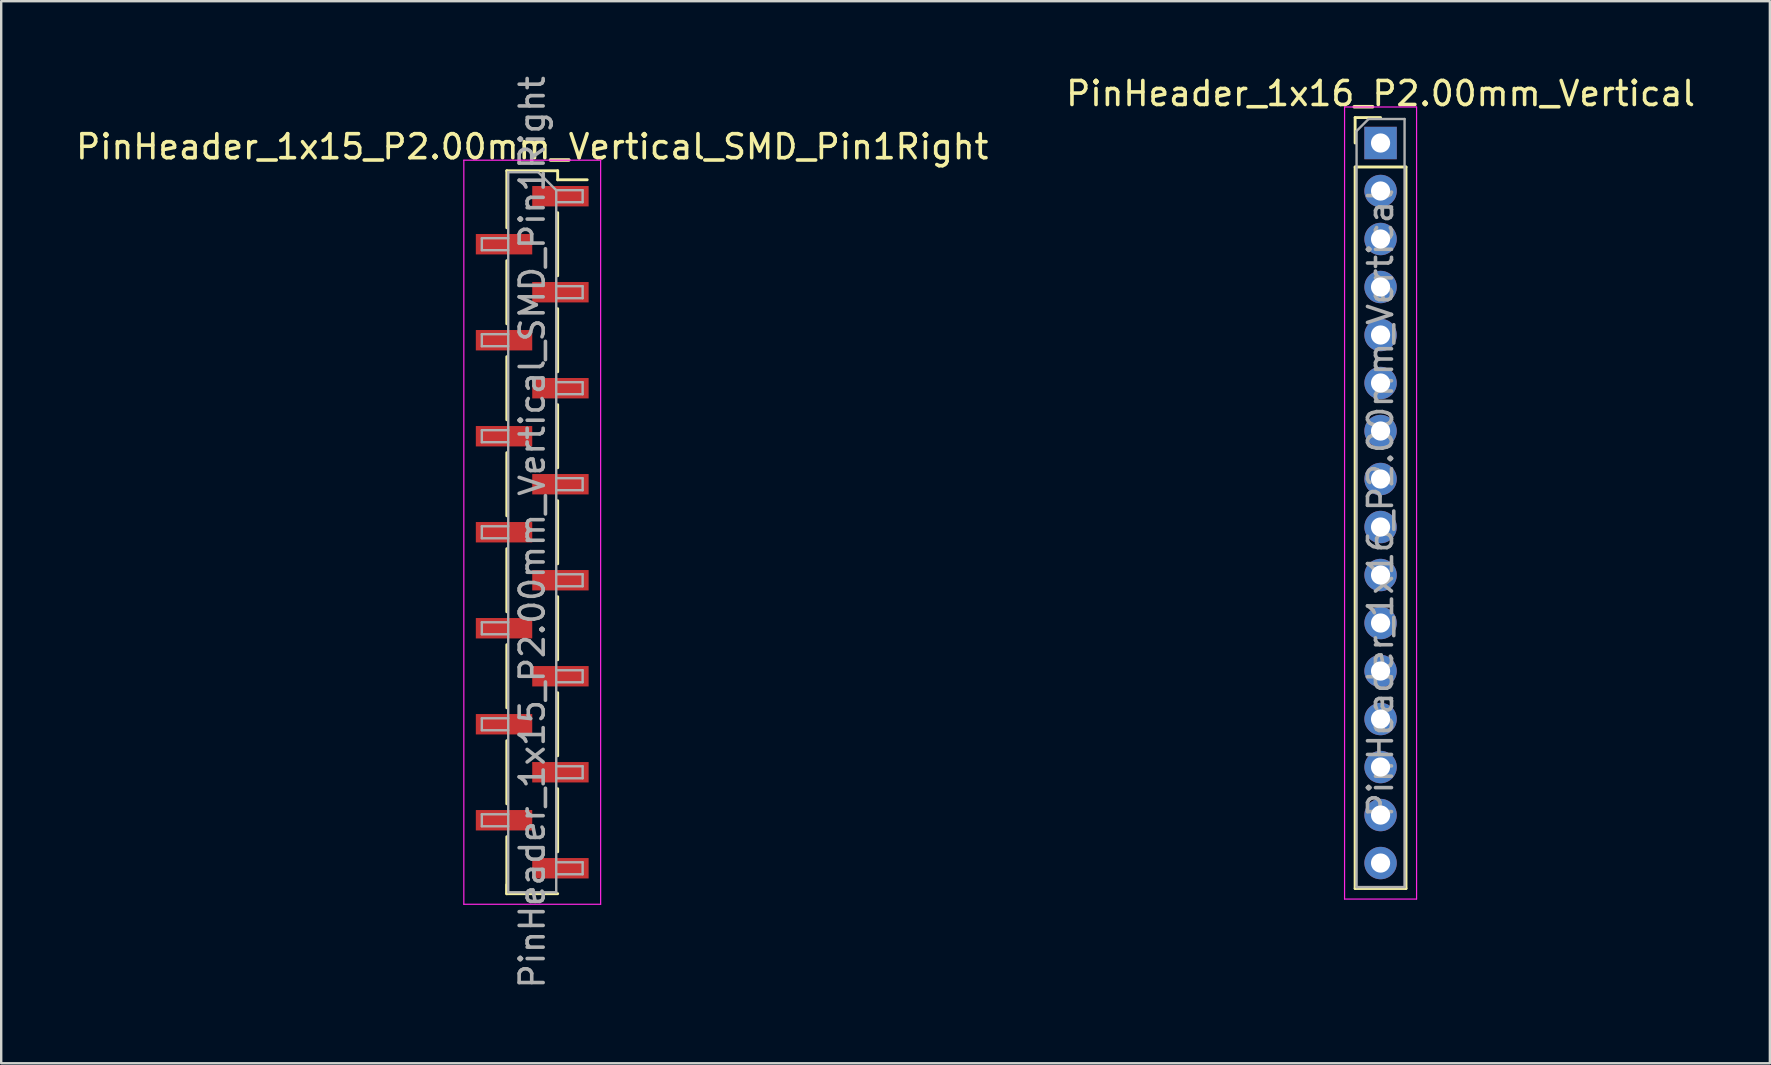
<source format=kicad_pcb>
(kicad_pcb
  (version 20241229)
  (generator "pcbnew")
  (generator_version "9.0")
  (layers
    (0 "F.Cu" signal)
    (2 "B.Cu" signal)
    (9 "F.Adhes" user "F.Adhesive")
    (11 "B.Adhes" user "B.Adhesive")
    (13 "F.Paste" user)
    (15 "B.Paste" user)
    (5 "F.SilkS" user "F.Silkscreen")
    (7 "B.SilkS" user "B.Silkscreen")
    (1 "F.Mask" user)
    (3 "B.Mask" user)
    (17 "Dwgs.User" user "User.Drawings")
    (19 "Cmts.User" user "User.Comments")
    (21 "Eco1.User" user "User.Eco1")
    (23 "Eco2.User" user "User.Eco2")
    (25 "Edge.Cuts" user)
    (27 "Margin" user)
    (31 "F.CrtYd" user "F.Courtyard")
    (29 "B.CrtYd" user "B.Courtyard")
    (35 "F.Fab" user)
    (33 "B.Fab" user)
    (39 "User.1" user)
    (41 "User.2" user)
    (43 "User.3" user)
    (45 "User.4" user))
  (footprint "PinHeader_1x16_P2.00mm_Vertical"
    (layer "F.Cu")
    (at 54.47 2.908)
    (property "Reference" "PinHeader_1x16_P2.00mm_Vertical" (at 0 -2.06 0) (layer "F.SilkS") (effects (font (size 1 1) (thickness 0.15))))
    (attr through_hole)
    (fp_line (start -1.06 -1.06) (end 0 -1.06) (stroke (width 0.12) (type solid)) (layer "F.SilkS"))
    (fp_line (start -1.06 0) (end -1.06 -1.06) (stroke (width 0.12) (type solid)) (layer "F.SilkS"))
    (fp_line (start -1.06 1) (end -1.06 31.06) (stroke (width 0.12) (type solid)) (layer "F.SilkS"))
    (fp_line (start -1.06 1) (end 1.06 1) (stroke (width 0.12) (type solid)) (layer "F.SilkS"))
    (fp_line (start -1.06 31.06) (end 1.06 31.06) (stroke (width 0.12) (type solid)) (layer "F.SilkS"))
    (fp_line (start 1.06 1) (end 1.06 31.06) (stroke (width 0.12) (type solid)) (layer "F.SilkS"))
    (fp_line (start -1.5 -1.5) (end -1.5 31.5) (stroke (width 0.05) (type solid)) (layer "F.CrtYd"))
    (fp_line (start -1.5 31.5) (end 1.5 31.5) (stroke (width 0.05) (type solid)) (layer "F.CrtYd"))
    (fp_line (start 1.5 -1.5) (end -1.5 -1.5) (stroke (width 0.05) (type solid)) (layer "F.CrtYd"))
    (fp_line (start 1.5 31.5) (end 1.5 -1.5) (stroke (width 0.05) (type solid)) (layer "F.CrtYd"))
    (fp_line (start -1 -0.5) (end -0.5 -1) (stroke (width 0.1) (type solid)) (layer "F.Fab"))
    (fp_line (start -1 31) (end -1 -0.5) (stroke (width 0.1) (type solid)) (layer "F.Fab"))
    (fp_line (start -0.5 -1) (end 1 -1) (stroke (width 0.1) (type solid)) (layer "F.Fab"))
    (fp_line (start 1 -1) (end 1 31) (stroke (width 0.1) (type solid)) (layer "F.Fab"))
    (fp_line (start 1 31) (end -1 31) (stroke (width 0.1) (type solid)) (layer "F.Fab"))
    (fp_text user "${REFERENCE}" (at 0 15 90) (layer "F.Fab") (effects (font (size 1 1) (thickness 0.15))))
    (pad "1" thru_hole rect (at 0 0) (size 1.35 1.35) (drill 0.8) (layers "*.Cu" "*.Mask"))
    (pad "2" thru_hole oval (at 0 2) (size 1.35 1.35) (drill 0.8) (layers "*.Cu" "*.Mask"))
    (pad "3" thru_hole oval (at 0 4) (size 1.35 1.35) (drill 0.8) (layers "*.Cu" "*.Mask"))
    (pad "4" thru_hole oval (at 0 6) (size 1.35 1.35) (drill 0.8) (layers "*.Cu" "*.Mask"))
    (pad "5" thru_hole oval (at 0 8) (size 1.35 1.35) (drill 0.8) (layers "*.Cu" "*.Mask"))
    (pad "6" thru_hole oval (at 0 10) (size 1.35 1.35) (drill 0.8) (layers "*.Cu" "*.Mask"))
    (pad "7" thru_hole oval (at 0 12) (size 1.35 1.35) (drill 0.8) (layers "*.Cu" "*.Mask"))
    (pad "8" thru_hole oval (at 0 14) (size 1.35 1.35) (drill 0.8) (layers "*.Cu" "*.Mask"))
    (pad "9" thru_hole oval (at 0 16) (size 1.35 1.35) (drill 0.8) (layers "*.Cu" "*.Mask"))
    (pad "10" thru_hole oval (at 0 18) (size 1.35 1.35) (drill 0.8) (layers "*.Cu" "*.Mask"))
    (pad "11" thru_hole oval (at 0 20) (size 1.35 1.35) (drill 0.8) (layers "*.Cu" "*.Mask"))
    (pad "12" thru_hole oval (at 0 22) (size 1.35 1.35) (drill 0.8) (layers "*.Cu" "*.Mask"))
    (pad "13" thru_hole oval (at 0 24) (size 1.35 1.35) (drill 0.8) (layers "*.Cu" "*.Mask"))
    (pad "14" thru_hole oval (at 0 26) (size 1.35 1.35) (drill 0.8) (layers "*.Cu" "*.Mask"))
    (pad "15" thru_hole oval (at 0 28) (size 1.35 1.35) (drill 0.8) (layers "*.Cu" "*.Mask"))
    (pad "16" thru_hole oval (at 0 30) (size 1.35 1.35) (drill 0.8) (layers "*.Cu" "*.Mask")))
  (footprint "PinHeader_1x15_P2.00mm_Vertical_SMD_Pin1Right"
    (layer "F.Cu")
    (at 19.125 19.125)
    (property "Reference" "PinHeader_1x15_P2.00mm_Vertical_SMD_Pin1Right" (at 0 -16.06 0) (layer "F.SilkS") (effects (font (size 1 1) (thickness 0.15))))
    (attr smd)
    (fp_line (start -1.06 -15.06) (end -1.06 -12.685) (stroke (width 0.12) (type solid)) (layer "F.SilkS"))
    (fp_line (start -1.06 -15.06) (end 1.06 -15.06) (stroke (width 0.12) (type solid)) (layer "F.SilkS"))
    (fp_line (start -1.06 -11.315) (end -1.06 -8.685) (stroke (width 0.12) (type solid)) (layer "F.SilkS"))
    (fp_line (start -1.06 -7.315) (end -1.06 -4.685) (stroke (width 0.12) (type solid)) (layer "F.SilkS"))
    (fp_line (start -1.06 -3.315) (end -1.06 -0.685) (stroke (width 0.12) (type solid)) (layer "F.SilkS"))
    (fp_line (start -1.06 0.685) (end -1.06 3.315) (stroke (width 0.12) (type solid)) (layer "F.SilkS"))
    (fp_line (start -1.06 4.685) (end -1.06 7.315) (stroke (width 0.12) (type solid)) (layer "F.SilkS"))
    (fp_line (start -1.06 8.685) (end -1.06 11.315) (stroke (width 0.12) (type solid)) (layer "F.SilkS"))
    (fp_line (start -1.06 12.685) (end -1.06 15.06) (stroke (width 0.12) (type solid)) (layer "F.SilkS"))
    (fp_line (start -1.06 14.685) (end -1.06 15.06) (stroke (width 0.12) (type solid)) (layer "F.SilkS"))
    (fp_line (start -1.06 15.06) (end 1.06 15.06) (stroke (width 0.12) (type solid)) (layer "F.SilkS"))
    (fp_line (start 1.06 -15.06) (end 1.06 -14.685) (stroke (width 0.12) (type solid)) (layer "F.SilkS"))
    (fp_line (start 1.06 -14.685) (end 2.29 -14.685) (stroke (width 0.12) (type solid)) (layer "F.SilkS"))
    (fp_line (start 1.06 -13.315) (end 1.06 -10.685) (stroke (width 0.12) (type solid)) (layer "F.SilkS"))
    (fp_line (start 1.06 -9.315) (end 1.06 -6.685) (stroke (width 0.12) (type solid)) (layer "F.SilkS"))
    (fp_line (start 1.06 -5.315) (end 1.06 -2.685) (stroke (width 0.12) (type solid)) (layer "F.SilkS"))
    (fp_line (start 1.06 -1.315) (end 1.06 1.315) (stroke (width 0.12) (type solid)) (layer "F.SilkS"))
    (fp_line (start 1.06 2.685) (end 1.06 5.315) (stroke (width 0.12) (type solid)) (layer "F.SilkS"))
    (fp_line (start 1.06 6.685) (end 1.06 9.315) (stroke (width 0.12) (type solid)) (layer "F.SilkS"))
    (fp_line (start 1.06 10.685) (end 1.06 13.315) (stroke (width 0.12) (type solid)) (layer "F.SilkS"))
    (fp_line (start -2.85 -15.5) (end -2.85 15.5) (stroke (width 0.05) (type solid)) (layer "F.CrtYd"))
    (fp_line (start -2.85 15.5) (end 2.85 15.5) (stroke (width 0.05) (type solid)) (layer "F.CrtYd"))
    (fp_line (start 2.85 -15.5) (end -2.85 -15.5) (stroke (width 0.05) (type solid)) (layer "F.CrtYd"))
    (fp_line (start 2.85 15.5) (end 2.85 -15.5) (stroke (width 0.05) (type solid)) (layer "F.CrtYd"))
    (fp_line (start -2.1 -12.25) (end -2.1 -11.75) (stroke (width 0.1) (type solid)) (layer "F.Fab"))
    (fp_line (start -2.1 -11.75) (end -1 -11.75) (stroke (width 0.1) (type solid)) (layer "F.Fab"))
    (fp_line (start -2.1 -8.25) (end -2.1 -7.75) (stroke (width 0.1) (type solid)) (layer "F.Fab"))
    (fp_line (start -2.1 -7.75) (end -1 -7.75) (stroke (width 0.1) (type solid)) (layer "F.Fab"))
    (fp_line (start -2.1 -4.25) (end -2.1 -3.75) (stroke (width 0.1) (type solid)) (layer "F.Fab"))
    (fp_line (start -2.1 -3.75) (end -1 -3.75) (stroke (width 0.1) (type solid)) (layer "F.Fab"))
    (fp_line (start -2.1 -0.25) (end -2.1 0.25) (stroke (width 0.1) (type solid)) (layer "F.Fab"))
    (fp_line (start -2.1 0.25) (end -1 0.25) (stroke (width 0.1) (type solid)) (layer "F.Fab"))
    (fp_line (start -2.1 3.75) (end -2.1 4.25) (stroke (width 0.1) (type solid)) (layer "F.Fab"))
    (fp_line (start -2.1 4.25) (end -1 4.25) (stroke (width 0.1) (type solid)) (layer "F.Fab"))
    (fp_line (start -2.1 7.75) (end -2.1 8.25) (stroke (width 0.1) (type solid)) (layer "F.Fab"))
    (fp_line (start -2.1 8.25) (end -1 8.25) (stroke (width 0.1) (type solid)) (layer "F.Fab"))
    (fp_line (start -2.1 11.75) (end -2.1 12.25) (stroke (width 0.1) (type solid)) (layer "F.Fab"))
    (fp_line (start -2.1 12.25) (end -1 12.25) (stroke (width 0.1) (type solid)) (layer "F.Fab"))
    (fp_line (start -1 -15) (end -1 15) (stroke (width 0.1) (type solid)) (layer "F.Fab"))
    (fp_line (start -1 -15) (end 0.25 -15) (stroke (width 0.1) (type solid)) (layer "F.Fab"))
    (fp_line (start -1 -12.25) (end -2.1 -12.25) (stroke (width 0.1) (type solid)) (layer "F.Fab"))
    (fp_line (start -1 -8.25) (end -2.1 -8.25) (stroke (width 0.1) (type solid)) (layer "F.Fab"))
    (fp_line (start -1 -4.25) (end -2.1 -4.25) (stroke (width 0.1) (type solid)) (layer "F.Fab"))
    (fp_line (start -1 -0.25) (end -2.1 -0.25) (stroke (width 0.1) (type solid)) (layer "F.Fab"))
    (fp_line (start -1 3.75) (end -2.1 3.75) (stroke (width 0.1) (type solid)) (layer "F.Fab"))
    (fp_line (start -1 7.75) (end -2.1 7.75) (stroke (width 0.1) (type solid)) (layer "F.Fab"))
    (fp_line (start -1 11.75) (end -2.1 11.75) (stroke (width 0.1) (type solid)) (layer "F.Fab"))
    (fp_line (start 1 -14.25) (end 0.25 -15) (stroke (width 0.1) (type solid)) (layer "F.Fab"))
    (fp_line (start 1 -14.25) (end 2.1 -14.25) (stroke (width 0.1) (type solid)) (layer "F.Fab"))
    (fp_line (start 1 -10.25) (end 2.1 -10.25) (stroke (width 0.1) (type solid)) (layer "F.Fab"))
    (fp_line (start 1 -6.25) (end 2.1 -6.25) (stroke (width 0.1) (type solid)) (layer "F.Fab"))
    (fp_line (start 1 -2.25) (end 2.1 -2.25) (stroke (width 0.1) (type solid)) (layer "F.Fab"))
    (fp_line (start 1 1.75) (end 2.1 1.75) (stroke (width 0.1) (type solid)) (layer "F.Fab"))
    (fp_line (start 1 5.75) (end 2.1 5.75) (stroke (width 0.1) (type solid)) (layer "F.Fab"))
    (fp_line (start 1 9.75) (end 2.1 9.75) (stroke (width 0.1) (type solid)) (layer "F.Fab"))
    (fp_line (start 1 13.75) (end 2.1 13.75) (stroke (width 0.1) (type solid)) (layer "F.Fab"))
    (fp_line (start 1 15) (end -1 15) (stroke (width 0.1) (type solid)) (layer "F.Fab"))
    (fp_line (start 1 15) (end 1 -14.25) (stroke (width 0.1) (type solid)) (layer "F.Fab"))
    (fp_line (start 2.1 -14.25) (end 2.1 -13.75) (stroke (width 0.1) (type solid)) (layer "F.Fab"))
    (fp_line (start 2.1 -13.75) (end 1 -13.75) (stroke (width 0.1) (type solid)) (layer "F.Fab"))
    (fp_line (start 2.1 -10.25) (end 2.1 -9.75) (stroke (width 0.1) (type solid)) (layer "F.Fab"))
    (fp_line (start 2.1 -9.75) (end 1 -9.75) (stroke (width 0.1) (type solid)) (layer "F.Fab"))
    (fp_line (start 2.1 -6.25) (end 2.1 -5.75) (stroke (width 0.1) (type solid)) (layer "F.Fab"))
    (fp_line (start 2.1 -5.75) (end 1 -5.75) (stroke (width 0.1) (type solid)) (layer "F.Fab"))
    (fp_line (start 2.1 -2.25) (end 2.1 -1.75) (stroke (width 0.1) (type solid)) (layer "F.Fab"))
    (fp_line (start 2.1 -1.75) (end 1 -1.75) (stroke (width 0.1) (type solid)) (layer "F.Fab"))
    (fp_line (start 2.1 1.75) (end 2.1 2.25) (stroke (width 0.1) (type solid)) (layer "F.Fab"))
    (fp_line (start 2.1 2.25) (end 1 2.25) (stroke (width 0.1) (type solid)) (layer "F.Fab"))
    (fp_line (start 2.1 5.75) (end 2.1 6.25) (stroke (width 0.1) (type solid)) (layer "F.Fab"))
    (fp_line (start 2.1 6.25) (end 1 6.25) (stroke (width 0.1) (type solid)) (layer "F.Fab"))
    (fp_line (start 2.1 9.75) (end 2.1 10.25) (stroke (width 0.1) (type solid)) (layer "F.Fab"))
    (fp_line (start 2.1 10.25) (end 1 10.25) (stroke (width 0.1) (type solid)) (layer "F.Fab"))
    (fp_line (start 2.1 13.75) (end 2.1 14.25) (stroke (width 0.1) (type solid)) (layer "F.Fab"))
    (fp_line (start 2.1 14.25) (end 1 14.25) (stroke (width 0.1) (type solid)) (layer "F.Fab"))
    (fp_text user "${REFERENCE}" (at 0 0 90) (layer "F.Fab") (effects (font (size 1 1) (thickness 0.15))))
    (pad "1" smd rect (at 1.175 -14) (size 2.35 0.85) (layers "F.Cu" "F.Mask" "F.Paste"))
    (pad "2" smd rect (at -1.175 -12) (size 2.35 0.85) (layers "F.Cu" "F.Mask" "F.Paste"))
    (pad "3" smd rect (at 1.175 -10) (size 2.35 0.85) (layers "F.Cu" "F.Mask" "F.Paste"))
    (pad "4" smd rect (at -1.175 -8) (size 2.35 0.85) (layers "F.Cu" "F.Mask" "F.Paste"))
    (pad "5" smd rect (at 1.175 -6) (size 2.35 0.85) (layers "F.Cu" "F.Mask" "F.Paste"))
    (pad "6" smd rect (at -1.175 -4) (size 2.35 0.85) (layers "F.Cu" "F.Mask" "F.Paste"))
    (pad "7" smd rect (at 1.175 -2) (size 2.35 0.85) (layers "F.Cu" "F.Mask" "F.Paste"))
    (pad "8" smd rect (at -1.175 0) (size 2.35 0.85) (layers "F.Cu" "F.Mask" "F.Paste"))
    (pad "9" smd rect (at 1.175 2) (size 2.35 0.85) (layers "F.Cu" "F.Mask" "F.Paste"))
    (pad "10" smd rect (at -1.175 4) (size 2.35 0.85) (layers "F.Cu" "F.Mask" "F.Paste"))
    (pad "11" smd rect (at 1.175 6) (size 2.35 0.85) (layers "F.Cu" "F.Mask" "F.Paste"))
    (pad "12" smd rect (at -1.175 8) (size 2.35 0.85) (layers "F.Cu" "F.Mask" "F.Paste"))
    (pad "13" smd rect (at 1.175 10) (size 2.35 0.85) (layers "F.Cu" "F.Mask" "F.Paste"))
    (pad "14" smd rect (at -1.175 12) (size 2.35 0.85) (layers "F.Cu" "F.Mask" "F.Paste"))
    (pad "15" smd rect (at 1.175 14) (size 2.35 0.85) (layers "F.Cu" "F.Mask" "F.Paste")))
  (gr_rect
    (start -3 -3)
    (end 70.69 41.25)
    (stroke (width 0.1) (type default))
    (fill no)
    (layer "Edge.Cuts")))
</source>
